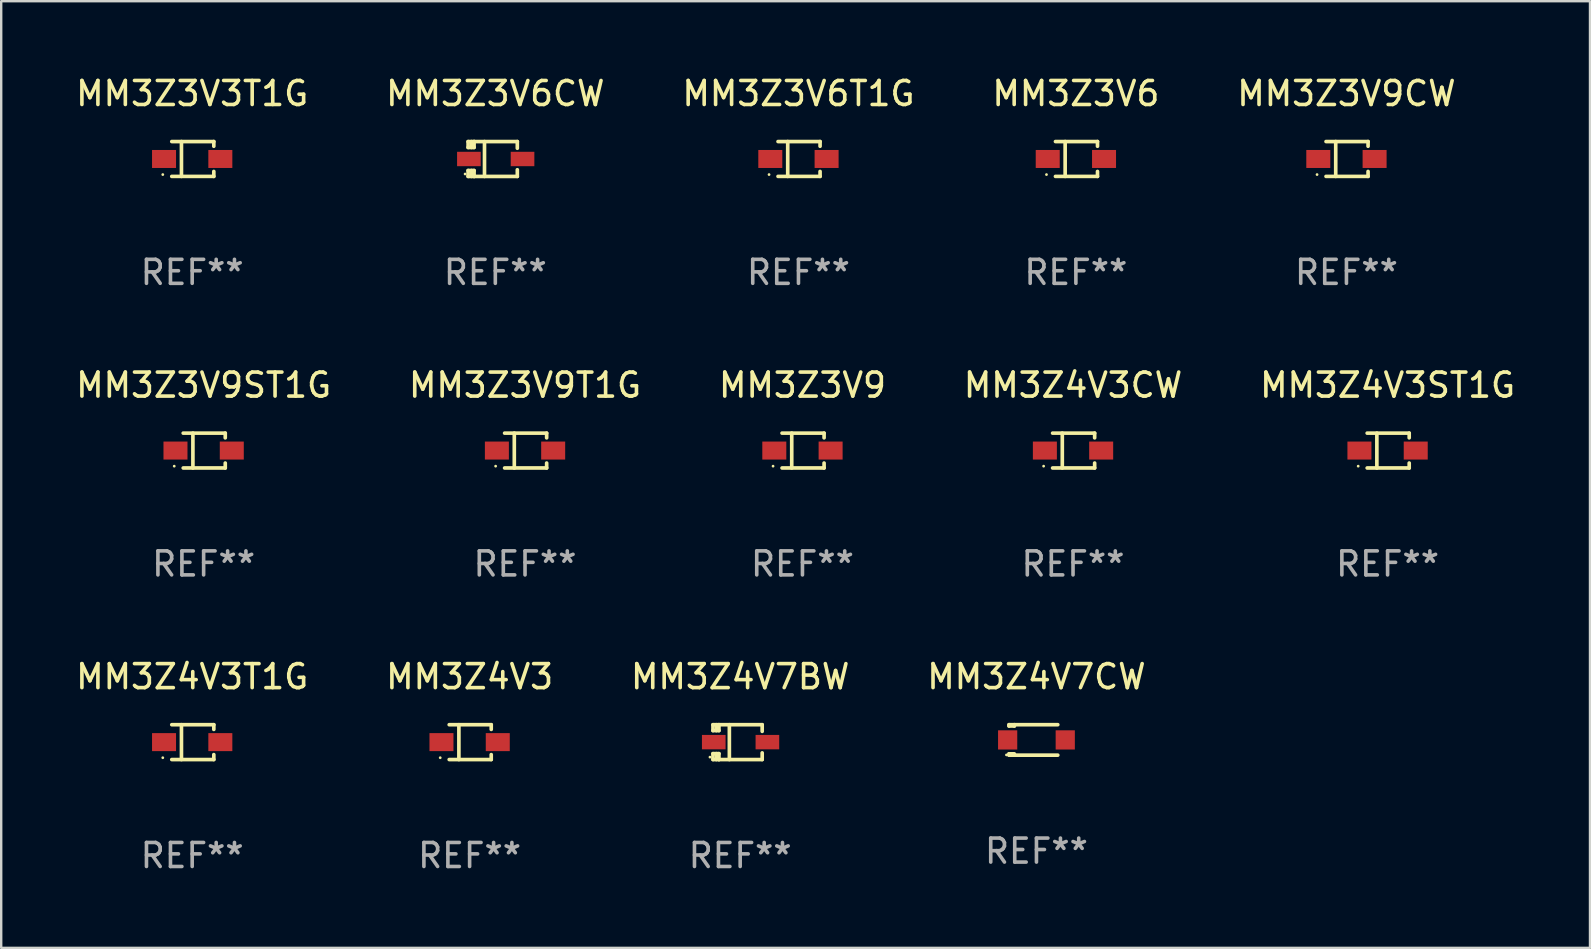
<source format=kicad_pcb>
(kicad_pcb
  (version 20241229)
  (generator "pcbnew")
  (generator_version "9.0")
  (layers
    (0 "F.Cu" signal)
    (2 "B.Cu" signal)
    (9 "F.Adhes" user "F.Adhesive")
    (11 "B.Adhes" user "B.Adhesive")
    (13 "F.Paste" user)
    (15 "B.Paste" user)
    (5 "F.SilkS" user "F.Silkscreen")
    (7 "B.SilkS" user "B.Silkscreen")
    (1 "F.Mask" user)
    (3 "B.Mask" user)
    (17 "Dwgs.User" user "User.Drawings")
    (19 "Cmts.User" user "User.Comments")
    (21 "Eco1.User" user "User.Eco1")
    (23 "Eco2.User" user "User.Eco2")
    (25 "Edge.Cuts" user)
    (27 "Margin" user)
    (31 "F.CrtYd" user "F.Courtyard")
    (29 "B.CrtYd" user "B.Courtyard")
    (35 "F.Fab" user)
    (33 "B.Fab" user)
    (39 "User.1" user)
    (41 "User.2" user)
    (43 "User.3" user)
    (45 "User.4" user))
  (footprint "MM3Z4V7BW"
    (layer "F.Cu")
    (at 27.792 27.873)
    (property "Reference" "MM3Z4V7BW" (at 0 -2.726 0) (layer "F.SilkS") (effects (font (size 1 1) (thickness 0.15))))
    (attr through_hole)
    (fp_line (start -1.134 0.48) (end -1.134 0.726) (stroke (width 0.152) (type solid)) (layer "F.SilkS"))
    (fp_line (start -1.134 0.726) (end -0.885 0.726) (stroke (width 0.152) (type solid)) (layer "F.SilkS"))
    (fp_line (start -1.134 -0.726) (end -1.134 -0.48) (stroke (width 0.152) (type solid)) (layer "F.SilkS"))
    (fp_line (start -0.992 -0.726) (end -0.992 -0.48) (stroke (width 0.152) (type solid)) (layer "F.SilkS"))
    (fp_line (start -0.992 0.48) (end -0.992 0.726) (stroke (width 0.152) (type solid)) (layer "F.SilkS"))
    (fp_line (start -0.885 -0.726) (end -1.134 -0.726) (stroke (width 0.152) (type solid)) (layer "F.SilkS"))
    (fp_line (start -0.885 -0.48) (end -1.134 -0.48) (stroke (width 0.152) (type solid)) (layer "F.SilkS"))
    (fp_line (start -0.885 -0.48) (end -0.885 -0.726) (stroke (width 0.152) (type solid)) (layer "F.SilkS"))
    (fp_line (start -0.885 0.48) (end -1.134 0.48) (stroke (width 0.152) (type solid)) (layer "F.SilkS"))
    (fp_line (start -0.885 0.48) (end -0.885 0.726) (stroke (width 0.152) (type solid)) (layer "F.SilkS"))
    (fp_line (start -0.451 0.726) (end -0.451 -0.726) (stroke (width 0.152) (type solid)) (layer "F.SilkS"))
    (fp_line (start 0.917 -0.726) (end -0.885 -0.726) (stroke (width 0.152) (type solid)) (layer "F.SilkS"))
    (fp_line (start 0.917 -0.726) (end 0.917 -0.448) (stroke (width 0.152) (type solid)) (layer "F.SilkS"))
    (fp_line (start 0.917 0.726) (end -0.885 0.726) (stroke (width 0.152) (type solid)) (layer "F.SilkS"))
    (fp_line (start 0.917 0.726) (end 0.917 0.448) (stroke (width 0.152) (type solid)) (layer "F.SilkS"))
    (fp_circle (center -1.259 0.625) (end -1.229 0.625) (stroke (width 0.06) (type solid)) (fill no) (layer "F.SilkS"))
    (fp_text user "REF**" (at 0 4.726 0) (layer "F.Fab") (effects (font (size 1 1) (thickness 0.15))))
    (pad "1" smd rect (at -1.101 -0.000114) (size 0.985 0.6) (layers "F.Cu" "F.Mask" "F.Paste"))
    (pad "2" smd rect (at 1.134 -0.000114) (size 0.985 0.6) (layers "F.Cu" "F.Mask" "F.Paste")))
  (footprint "MM3Z4V3CW"
    (layer "F.Cu")
    (at 41.661 15.724)
    (property "Reference" "MM3Z4V3CW" (at 0 -2.726 0) (layer "F.SilkS") (effects (font (size 1 1) (thickness 0.15))))
    (attr through_hole)
    (fp_line (start -0.851 -0.726) (end 0.901 -0.726) (stroke (width 0.152) (type solid)) (layer "F.SilkS"))
    (fp_line (start -0.851 0.726) (end 0.901 0.726) (stroke (width 0.152) (type solid)) (layer "F.SilkS"))
    (fp_line (start -0.447 -0.726) (end -0.447 0.726) (stroke (width 0.152) (type solid)) (layer "F.SilkS"))
    (fp_line (start 0.901 -0.726) (end 0.901 -0.53) (stroke (width 0.152) (type solid)) (layer "F.SilkS"))
    (fp_line (start 0.901 0.726) (end 0.901 0.52) (stroke (width 0.152) (type solid)) (layer "F.SilkS"))
    (fp_circle (center -1.225 0.65) (end -1.195 0.65) (stroke (width 0.06) (type solid)) (fill no) (layer "F.SilkS"))
    (fp_text user "REF**" (at 0 4.726 0) (layer "F.Fab") (effects (font (size 1 1) (thickness 0.15))))
    (pad "1" smd rect (at -1.173 0) (size 1 0.75) (layers "F.Cu" "F.Mask" "F.Paste"))
    (pad "2" smd rect (at 1.173 0) (size 1 0.75) (layers "F.Cu" "F.Mask" "F.Paste")))
  (footprint "MM3Z3V3T1G"
    (layer "F.Cu")
    (at 4.958 3.574)
    (property "Reference" "MM3Z3V3T1G" (at 0 -2.726 0) (layer "F.SilkS") (effects (font (size 1 1) (thickness 0.15))))
    (attr through_hole)
    (fp_line (start -0.851 -0.726) (end 0.901 -0.726) (stroke (width 0.152) (type solid)) (layer "F.SilkS"))
    (fp_line (start -0.851 0.726) (end 0.901 0.726) (stroke (width 0.152) (type solid)) (layer "F.SilkS"))
    (fp_line (start -0.447 -0.726) (end -0.447 0.726) (stroke (width 0.152) (type solid)) (layer "F.SilkS"))
    (fp_line (start 0.901 -0.726) (end 0.901 -0.53) (stroke (width 0.152) (type solid)) (layer "F.SilkS"))
    (fp_line (start 0.901 0.726) (end 0.901 0.52) (stroke (width 0.152) (type solid)) (layer "F.SilkS"))
    (fp_circle (center -1.225 0.65) (end -1.195 0.65) (stroke (width 0.06) (type solid)) (fill no) (layer "F.SilkS"))
    (fp_text user "REF**" (at 0 4.726 0) (layer "F.Fab") (effects (font (size 1 1) (thickness 0.15))))
    (pad "1" smd rect (at -1.173 0) (size 1 0.75) (layers "F.Cu" "F.Mask" "F.Paste"))
    (pad "2" smd rect (at 1.173 0) (size 1 0.75) (layers "F.Cu" "F.Mask" "F.Paste")))
  (footprint "MM3Z4V3"
    (layer "F.Cu")
    (at 16.518 27.873)
    (property "Reference" "MM3Z4V3" (at 0 -2.726 0) (layer "F.SilkS") (effects (font (size 1 1) (thickness 0.15))))
    (attr through_hole)
    (fp_line (start -0.851 -0.726) (end 0.901 -0.726) (stroke (width 0.152) (type solid)) (layer "F.SilkS"))
    (fp_line (start -0.851 0.726) (end 0.901 0.726) (stroke (width 0.152) (type solid)) (layer "F.SilkS"))
    (fp_line (start -0.447 -0.726) (end -0.447 0.726) (stroke (width 0.152) (type solid)) (layer "F.SilkS"))
    (fp_line (start 0.901 -0.726) (end 0.901 -0.53) (stroke (width 0.152) (type solid)) (layer "F.SilkS"))
    (fp_line (start 0.901 0.726) (end 0.901 0.52) (stroke (width 0.152) (type solid)) (layer "F.SilkS"))
    (fp_circle (center -1.225 0.65) (end -1.195 0.65) (stroke (width 0.06) (type solid)) (fill no) (layer "F.SilkS"))
    (fp_text user "REF**" (at 0 4.726 0) (layer "F.Fab") (effects (font (size 1 1) (thickness 0.15))))
    (pad "1" smd rect (at -1.173 0) (size 1 0.75) (layers "F.Cu" "F.Mask" "F.Paste"))
    (pad "2" smd rect (at 1.173 0) (size 1 0.75) (layers "F.Cu" "F.Mask" "F.Paste")))
  (footprint "MM3Z3V9ST1G"
    (layer "F.Cu")
    (at 5.435 15.724)
    (property "Reference" "MM3Z3V9ST1G" (at 0 -2.726 0) (layer "F.SilkS") (effects (font (size 1 1) (thickness 0.15))))
    (attr through_hole)
    (fp_line (start -0.851 -0.726) (end 0.901 -0.726) (stroke (width 0.152) (type solid)) (layer "F.SilkS"))
    (fp_line (start -0.851 0.726) (end 0.901 0.726) (stroke (width 0.152) (type solid)) (layer "F.SilkS"))
    (fp_line (start -0.447 -0.726) (end -0.447 0.726) (stroke (width 0.152) (type solid)) (layer "F.SilkS"))
    (fp_line (start 0.901 -0.726) (end 0.901 -0.53) (stroke (width 0.152) (type solid)) (layer "F.SilkS"))
    (fp_line (start 0.901 0.726) (end 0.901 0.52) (stroke (width 0.152) (type solid)) (layer "F.SilkS"))
    (fp_circle (center -1.225 0.65) (end -1.195 0.65) (stroke (width 0.06) (type solid)) (fill no) (layer "F.SilkS"))
    (fp_text user "REF**" (at 0 4.726 0) (layer "F.Fab") (effects (font (size 1 1) (thickness 0.15))))
    (pad "1" smd rect (at -1.173 0) (size 1 0.75) (layers "F.Cu" "F.Mask" "F.Paste"))
    (pad "2" smd rect (at 1.173 0) (size 1 0.75) (layers "F.Cu" "F.Mask" "F.Paste")))
  (footprint "MM3Z3V6"
    (layer "F.Cu")
    (at 41.78 3.574)
    (property "Reference" "MM3Z3V6" (at 0 -2.726 0) (layer "F.SilkS") (effects (font (size 1 1) (thickness 0.15))))
    (attr through_hole)
    (fp_line (start -0.851 -0.726) (end 0.901 -0.726) (stroke (width 0.152) (type solid)) (layer "F.SilkS"))
    (fp_line (start -0.851 0.726) (end 0.901 0.726) (stroke (width 0.152) (type solid)) (layer "F.SilkS"))
    (fp_line (start -0.447 -0.726) (end -0.447 0.726) (stroke (width 0.152) (type solid)) (layer "F.SilkS"))
    (fp_line (start 0.901 -0.726) (end 0.901 -0.53) (stroke (width 0.152) (type solid)) (layer "F.SilkS"))
    (fp_line (start 0.901 0.726) (end 0.901 0.52) (stroke (width 0.152) (type solid)) (layer "F.SilkS"))
    (fp_circle (center -1.225 0.65) (end -1.195 0.65) (stroke (width 0.06) (type solid)) (fill no) (layer "F.SilkS"))
    (fp_text user "REF**" (at 0 4.726 0) (layer "F.Fab") (effects (font (size 1 1) (thickness 0.15))))
    (pad "1" smd rect (at -1.173 0) (size 1 0.75) (layers "F.Cu" "F.Mask" "F.Paste"))
    (pad "2" smd rect (at 1.173 0) (size 1 0.75) (layers "F.Cu" "F.Mask" "F.Paste")))
  (footprint "MM3Z3V6CW"
    (layer "F.Cu")
    (at 17.589 3.575)
    (property "Reference" "MM3Z3V6CW" (at 0 -2.726 0) (layer "F.SilkS") (effects (font (size 1 1) (thickness 0.15))))
    (attr through_hole)
    (fp_line (start -1.134 0.48) (end -1.134 0.726) (stroke (width 0.152) (type solid)) (layer "F.SilkS"))
    (fp_line (start -1.134 0.726) (end -0.885 0.726) (stroke (width 0.152) (type solid)) (layer "F.SilkS"))
    (fp_line (start -1.134 -0.726) (end -1.134 -0.48) (stroke (width 0.152) (type solid)) (layer "F.SilkS"))
    (fp_line (start -0.992 -0.726) (end -0.992 -0.48) (stroke (width 0.152) (type solid)) (layer "F.SilkS"))
    (fp_line (start -0.992 0.48) (end -0.992 0.726) (stroke (width 0.152) (type solid)) (layer "F.SilkS"))
    (fp_line (start -0.885 -0.726) (end -1.134 -0.726) (stroke (width 0.152) (type solid)) (layer "F.SilkS"))
    (fp_line (start -0.885 -0.48) (end -1.134 -0.48) (stroke (width 0.152) (type solid)) (layer "F.SilkS"))
    (fp_line (start -0.885 -0.48) (end -0.885 -0.726) (stroke (width 0.152) (type solid)) (layer "F.SilkS"))
    (fp_line (start -0.885 0.48) (end -1.134 0.48) (stroke (width 0.152) (type solid)) (layer "F.SilkS"))
    (fp_line (start -0.885 0.48) (end -0.885 0.726) (stroke (width 0.152) (type solid)) (layer "F.SilkS"))
    (fp_line (start -0.451 0.726) (end -0.451 -0.726) (stroke (width 0.152) (type solid)) (layer "F.SilkS"))
    (fp_line (start 0.917 -0.726) (end -0.885 -0.726) (stroke (width 0.152) (type solid)) (layer "F.SilkS"))
    (fp_line (start 0.917 -0.726) (end 0.917 -0.448) (stroke (width 0.152) (type solid)) (layer "F.SilkS"))
    (fp_line (start 0.917 0.726) (end -0.885 0.726) (stroke (width 0.152) (type solid)) (layer "F.SilkS"))
    (fp_line (start 0.917 0.726) (end 0.917 0.448) (stroke (width 0.152) (type solid)) (layer "F.SilkS"))
    (fp_circle (center -1.259 0.625) (end -1.229 0.625) (stroke (width 0.06) (type solid)) (fill no) (layer "F.SilkS"))
    (fp_text user "REF**" (at 0 4.726 0) (layer "F.Fab") (effects (font (size 1 1) (thickness 0.15))))
    (pad "1" smd rect (at -1.101 -0.000114) (size 0.985 0.6) (layers "F.Cu" "F.Mask" "F.Paste"))
    (pad "2" smd rect (at 1.134 -0.000114) (size 0.985 0.6) (layers "F.Cu" "F.Mask" "F.Paste")))
  (footprint "MM3Z4V7CW"
    (layer "F.Cu")
    (at 40.137 27.781)
    (property "Reference" "MM3Z4V7CW" (at 0 -2.635 0) (layer "F.SilkS") (effects (font (size 1 1) (thickness 0.15))))
    (attr through_hole)
    (fp_line (start -1.143 -0.635) (end -1.143 -0.58) (stroke (width 0.152) (type solid)) (layer "F.SilkS"))
    (fp_line (start -1.143 -0.58) (end -0.922 -0.58) (stroke (width 0.152) (type solid)) (layer "F.SilkS"))
    (fp_line (start -1.143 0.58) (end -1.143 0.635) (stroke (width 0.152) (type solid)) (layer "F.SilkS"))
    (fp_line (start -1.143 0.58) (end -0.922 0.58) (stroke (width 0.152) (type solid)) (layer "F.SilkS"))
    (fp_line (start -1.143 0.635) (end 0.889 0.635) (stroke (width 0.152) (type solid)) (layer "F.SilkS"))
    (fp_line (start -0.922 -0.58) (end -0.922 -0.635) (stroke (width 0.152) (type solid)) (layer "F.SilkS"))
    (fp_line (start 0.889 -0.635) (end -1.143 -0.635) (stroke (width 0.152) (type solid)) (layer "F.SilkS"))
    (fp_circle (center -1.25 0.625) (end -1.22 0.625) (stroke (width 0.06) (type solid)) (fill no) (layer "F.SilkS"))
    (fp_text user "REF**" (at 0 4.635 0) (layer "F.Fab") (effects (font (size 1 1) (thickness 0.15))))
    (pad "1" smd rect (at -1.2 0) (size 0.8 0.8) (layers "F.Cu" "F.Mask" "F.Paste"))
    (pad "2" smd rect (at 1.2 0) (size 0.8 0.8) (layers "F.Cu" "F.Mask" "F.Paste")))
  (footprint "MM3Z3V9T1G"
    (layer "F.Cu")
    (at 18.827 15.724)
    (property "Reference" "MM3Z3V9T1G" (at 0 -2.726 0) (layer "F.SilkS") (effects (font (size 1 1) (thickness 0.15))))
    (attr through_hole)
    (fp_line (start -0.851 -0.726) (end 0.901 -0.726) (stroke (width 0.152) (type solid)) (layer "F.SilkS"))
    (fp_line (start -0.851 0.726) (end 0.901 0.726) (stroke (width 0.152) (type solid)) (layer "F.SilkS"))
    (fp_line (start -0.447 -0.726) (end -0.447 0.726) (stroke (width 0.152) (type solid)) (layer "F.SilkS"))
    (fp_line (start 0.901 -0.726) (end 0.901 -0.53) (stroke (width 0.152) (type solid)) (layer "F.SilkS"))
    (fp_line (start 0.901 0.726) (end 0.901 0.52) (stroke (width 0.152) (type solid)) (layer "F.SilkS"))
    (fp_circle (center -1.225 0.65) (end -1.195 0.65) (stroke (width 0.06) (type solid)) (fill no) (layer "F.SilkS"))
    (fp_text user "REF**" (at 0 4.726 0) (layer "F.Fab") (effects (font (size 1 1) (thickness 0.15))))
    (pad "1" smd rect (at -1.173 0) (size 1 0.75) (layers "F.Cu" "F.Mask" "F.Paste"))
    (pad "2" smd rect (at 1.173 0) (size 1 0.75) (layers "F.Cu" "F.Mask" "F.Paste")))
  (footprint "MM3Z4V3ST1G"
    (layer "F.Cu")
    (at 54.768 15.724)
    (property "Reference" "MM3Z4V3ST1G" (at 0 -2.726 0) (layer "F.SilkS") (effects (font (size 1 1) (thickness 0.15))))
    (attr through_hole)
    (fp_line (start -0.851 -0.726) (end 0.901 -0.726) (stroke (width 0.152) (type solid)) (layer "F.SilkS"))
    (fp_line (start -0.851 0.726) (end 0.901 0.726) (stroke (width 0.152) (type solid)) (layer "F.SilkS"))
    (fp_line (start -0.447 -0.726) (end -0.447 0.726) (stroke (width 0.152) (type solid)) (layer "F.SilkS"))
    (fp_line (start 0.901 -0.726) (end 0.901 -0.53) (stroke (width 0.152) (type solid)) (layer "F.SilkS"))
    (fp_line (start 0.901 0.726) (end 0.901 0.52) (stroke (width 0.152) (type solid)) (layer "F.SilkS"))
    (fp_circle (center -1.225 0.65) (end -1.195 0.65) (stroke (width 0.06) (type solid)) (fill no) (layer "F.SilkS"))
    (fp_text user "REF**" (at 0 4.726 0) (layer "F.Fab") (effects (font (size 1 1) (thickness 0.15))))
    (pad "1" smd rect (at -1.173 0) (size 1 0.75) (layers "F.Cu" "F.Mask" "F.Paste"))
    (pad "2" smd rect (at 1.173 0) (size 1 0.75) (layers "F.Cu" "F.Mask" "F.Paste")))
  (footprint "MM3Z4V3T1G"
    (layer "F.Cu")
    (at 4.958 27.873)
    (property "Reference" "MM3Z4V3T1G" (at 0 -2.726 0) (layer "F.SilkS") (effects (font (size 1 1) (thickness 0.15))))
    (attr through_hole)
    (fp_line (start -0.851 -0.726) (end 0.901 -0.726) (stroke (width 0.152) (type solid)) (layer "F.SilkS"))
    (fp_line (start -0.851 0.726) (end 0.901 0.726) (stroke (width 0.152) (type solid)) (layer "F.SilkS"))
    (fp_line (start -0.447 -0.726) (end -0.447 0.726) (stroke (width 0.152) (type solid)) (layer "F.SilkS"))
    (fp_line (start 0.901 -0.726) (end 0.901 -0.53) (stroke (width 0.152) (type solid)) (layer "F.SilkS"))
    (fp_line (start 0.901 0.726) (end 0.901 0.52) (stroke (width 0.152) (type solid)) (layer "F.SilkS"))
    (fp_circle (center -1.225 0.65) (end -1.195 0.65) (stroke (width 0.06) (type solid)) (fill no) (layer "F.SilkS"))
    (fp_text user "REF**" (at 0 4.726 0) (layer "F.Fab") (effects (font (size 1 1) (thickness 0.15))))
    (pad "1" smd rect (at -1.173 0) (size 1 0.75) (layers "F.Cu" "F.Mask" "F.Paste"))
    (pad "2" smd rect (at 1.173 0) (size 1 0.75) (layers "F.Cu" "F.Mask" "F.Paste")))
  (footprint "MM3Z3V9CW"
    (layer "F.Cu")
    (at 53.054 3.574)
    (property "Reference" "MM3Z3V9CW" (at 0 -2.726 0) (layer "F.SilkS") (effects (font (size 1 1) (thickness 0.15))))
    (attr through_hole)
    (fp_line (start -0.851 -0.726) (end 0.901 -0.726) (stroke (width 0.152) (type solid)) (layer "F.SilkS"))
    (fp_line (start -0.851 0.726) (end 0.901 0.726) (stroke (width 0.152) (type solid)) (layer "F.SilkS"))
    (fp_line (start -0.447 -0.726) (end -0.447 0.726) (stroke (width 0.152) (type solid)) (layer "F.SilkS"))
    (fp_line (start 0.901 -0.726) (end 0.901 -0.53) (stroke (width 0.152) (type solid)) (layer "F.SilkS"))
    (fp_line (start 0.901 0.726) (end 0.901 0.52) (stroke (width 0.152) (type solid)) (layer "F.SilkS"))
    (fp_circle (center -1.225 0.65) (end -1.195 0.65) (stroke (width 0.06) (type solid)) (fill no) (layer "F.SilkS"))
    (fp_text user "REF**" (at 0 4.726 0) (layer "F.Fab") (effects (font (size 1 1) (thickness 0.15))))
    (pad "1" smd rect (at -1.173 0) (size 1 0.75) (layers "F.Cu" "F.Mask" "F.Paste"))
    (pad "2" smd rect (at 1.173 0) (size 1 0.75) (layers "F.Cu" "F.Mask" "F.Paste")))
  (footprint "MM3Z3V9"
    (layer "F.Cu")
    (at 30.387 15.724)
    (property "Reference" "MM3Z3V9" (at 0 -2.726 0) (layer "F.SilkS") (effects (font (size 1 1) (thickness 0.15))))
    (attr through_hole)
    (fp_line (start -0.851 -0.726) (end 0.901 -0.726) (stroke (width 0.152) (type solid)) (layer "F.SilkS"))
    (fp_line (start -0.851 0.726) (end 0.901 0.726) (stroke (width 0.152) (type solid)) (layer "F.SilkS"))
    (fp_line (start -0.447 -0.726) (end -0.447 0.726) (stroke (width 0.152) (type solid)) (layer "F.SilkS"))
    (fp_line (start 0.901 -0.726) (end 0.901 -0.53) (stroke (width 0.152) (type solid)) (layer "F.SilkS"))
    (fp_line (start 0.901 0.726) (end 0.901 0.52) (stroke (width 0.152) (type solid)) (layer "F.SilkS"))
    (fp_circle (center -1.225 0.65) (end -1.195 0.65) (stroke (width 0.06) (type solid)) (fill no) (layer "F.SilkS"))
    (fp_text user "REF**" (at 0 4.726 0) (layer "F.Fab") (effects (font (size 1 1) (thickness 0.15))))
    (pad "1" smd rect (at -1.173 0) (size 1 0.75) (layers "F.Cu" "F.Mask" "F.Paste"))
    (pad "2" smd rect (at 1.173 0) (size 1 0.75) (layers "F.Cu" "F.Mask" "F.Paste")))
  (footprint "MM3Z3V6T1G"
    (layer "F.Cu")
    (at 30.22 3.574)
    (property "Reference" "MM3Z3V6T1G" (at 0 -2.726 0) (layer "F.SilkS") (effects (font (size 1 1) (thickness 0.15))))
    (attr through_hole)
    (fp_line (start -0.851 -0.726) (end 0.901 -0.726) (stroke (width 0.152) (type solid)) (layer "F.SilkS"))
    (fp_line (start -0.851 0.726) (end 0.901 0.726) (stroke (width 0.152) (type solid)) (layer "F.SilkS"))
    (fp_line (start -0.447 -0.726) (end -0.447 0.726) (stroke (width 0.152) (type solid)) (layer "F.SilkS"))
    (fp_line (start 0.901 -0.726) (end 0.901 -0.53) (stroke (width 0.152) (type solid)) (layer "F.SilkS"))
    (fp_line (start 0.901 0.726) (end 0.901 0.52) (stroke (width 0.152) (type solid)) (layer "F.SilkS"))
    (fp_circle (center -1.225 0.65) (end -1.195 0.65) (stroke (width 0.06) (type solid)) (fill no) (layer "F.SilkS"))
    (fp_text user "REF**" (at 0 4.726 0) (layer "F.Fab") (effects (font (size 1 1) (thickness 0.15))))
    (pad "1" smd rect (at -1.173 0) (size 1 0.75) (layers "F.Cu" "F.Mask" "F.Paste"))
    (pad "2" smd rect (at 1.173 0) (size 1 0.75) (layers "F.Cu" "F.Mask" "F.Paste")))
  (gr_rect
    (start -3 -3)
    (end 63.202 36.447)
    (stroke (width 0.1) (type default))
    (fill no)
    (layer "Edge.Cuts")))
</source>
